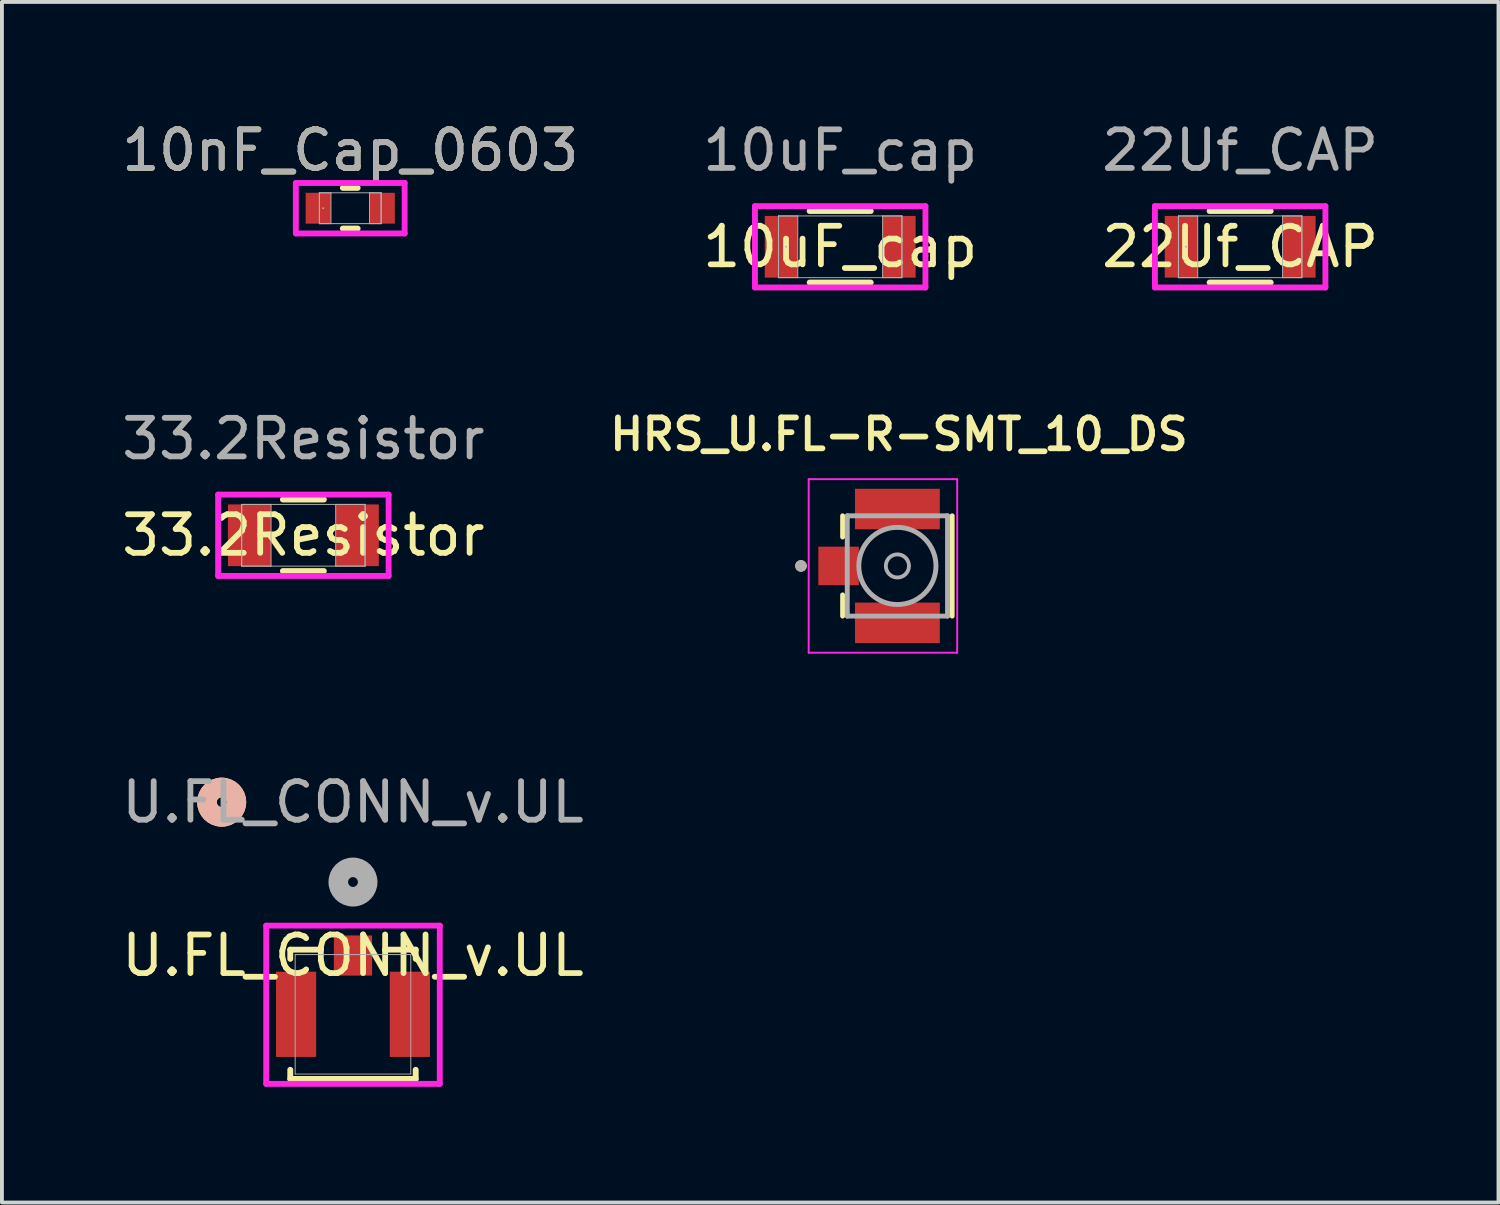
<source format=kicad_pcb>
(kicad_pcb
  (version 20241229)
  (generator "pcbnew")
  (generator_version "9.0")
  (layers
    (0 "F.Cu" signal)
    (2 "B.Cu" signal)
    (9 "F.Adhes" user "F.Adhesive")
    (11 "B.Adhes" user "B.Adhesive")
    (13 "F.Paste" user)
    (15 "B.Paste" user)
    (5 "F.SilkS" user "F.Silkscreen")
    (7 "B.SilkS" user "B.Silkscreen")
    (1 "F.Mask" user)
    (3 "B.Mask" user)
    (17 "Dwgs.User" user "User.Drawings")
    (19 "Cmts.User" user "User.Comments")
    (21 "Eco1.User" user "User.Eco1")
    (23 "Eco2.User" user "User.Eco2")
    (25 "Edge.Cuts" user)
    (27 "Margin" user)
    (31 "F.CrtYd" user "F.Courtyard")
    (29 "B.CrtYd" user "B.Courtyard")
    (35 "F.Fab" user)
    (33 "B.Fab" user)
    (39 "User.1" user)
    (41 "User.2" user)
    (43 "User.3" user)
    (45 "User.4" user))
  (footprint "10uF_cap"
    (layer "F.Cu")
    (at 18.732 3.348)
    (property "Reference" "10uF_cap" (at 0 0 0) (unlocked yes) (layer "F.SilkS") (effects (font (size 1 1) (thickness 0.15))))
    (attr smd)
    (fp_line (start -0.792 0.927) (end 0.792 0.927) (stroke (width 0.152) (type solid)) (layer "F.SilkS"))
    (fp_line (start 0.792 -0.927) (end -0.792 -0.927) (stroke (width 0.152) (type solid)) (layer "F.SilkS"))
    (fp_line (start -2.21 -1.054) (end 2.21 -1.054) (stroke (width 0.152) (type solid)) (layer "F.CrtYd"))
    (fp_line (start -2.21 1.054) (end -2.21 -1.054) (stroke (width 0.152) (type solid)) (layer "F.CrtYd"))
    (fp_line (start 2.21 -1.054) (end 2.21 1.054) (stroke (width 0.152) (type solid)) (layer "F.CrtYd"))
    (fp_line (start 2.21 1.054) (end -2.21 1.054) (stroke (width 0.152) (type solid)) (layer "F.CrtYd"))
    (fp_line (start -1.6 -0.8) (end -1.6 0.8) (stroke (width 0.025) (type solid)) (layer "F.Fab"))
    (fp_line (start -1.6 -0.8) (end -1.6 0.8) (stroke (width 0.025) (type solid)) (layer "F.Fab"))
    (fp_line (start -1.6 0.8) (end -1.1 0.8) (stroke (width 0.025) (type solid)) (layer "F.Fab"))
    (fp_line (start -1.6 0.8) (end 1.6 0.8) (stroke (width 0.025) (type solid)) (layer "F.Fab"))
    (fp_line (start -1.1 -0.8) (end -1.6 -0.8) (stroke (width 0.025) (type solid)) (layer "F.Fab"))
    (fp_line (start -1.1 0.8) (end -1.1 -0.8) (stroke (width 0.025) (type solid)) (layer "F.Fab"))
    (fp_line (start 1.1 -0.8) (end 1.1 0.8) (stroke (width 0.025) (type solid)) (layer "F.Fab"))
    (fp_line (start 1.1 0.8) (end 1.6 0.8) (stroke (width 0.025) (type solid)) (layer "F.Fab"))
    (fp_line (start 1.6 -0.8) (end -1.6 -0.8) (stroke (width 0.025) (type solid)) (layer "F.Fab"))
    (fp_line (start 1.6 -0.8) (end 1.1 -0.8) (stroke (width 0.025) (type solid)) (layer "F.Fab"))
    (fp_line (start 1.6 0.8) (end 1.6 -0.8) (stroke (width 0.025) (type solid)) (layer "F.Fab"))
    (fp_line (start 1.6 0.8) (end 1.6 -0.8) (stroke (width 0.025) (type solid)) (layer "F.Fab"))
    (fp_circle (center -1.401 0) (end -1.401 0) (stroke (width 0.025) (type solid)) (fill no) (layer "F.Fab"))
    (fp_text user "${REFERENCE}" (at 0 -2.5 0) (unlocked yes) (layer "F.Fab") (effects (font (size 1 1) (thickness 0.15))))
    (pad "1" smd rect (at -1.528 0) (size 0.856 1.6) (layers "F.Cu" "F.Mask" "F.Paste"))
    (pad "2" smd rect (at 1.528 0) (size 0.856 1.6) (layers "F.Cu" "F.Mask" "F.Paste"))
    (zone (net_name "") (layer "F.Cu") (hatch full 0.508) (connect_pads) (min_thickness 0.254) (filled_areas_thickness no) (keepout (tracks not_allowed) (vias not_allowed) (pads allowed) (copperpour not_allowed) (footprints allowed)) (placement (enabled no)) (fill) (polygon (pts (xy 17.683 2.599) (xy 19.781 2.599) (xy 19.781 4.097) (xy 17.683 4.097)))))
  (footprint "10nF_Cap_0603"
    (layer "F.Cu")
    (at 6.03 2.348)
    (property "Reference" "10nF_Cap_0603" (at 0 -1.5 0) (unlocked yes) (layer "F.SilkS") (effects (font (size 1 1) (thickness 0.15))))
    (attr smd)
    (fp_line (start -0.192 0.527) (end 0.192 0.527) (stroke (width 0.152) (type solid)) (layer "F.SilkS"))
    (fp_line (start 0.192 -0.527) (end -0.192 -0.527) (stroke (width 0.152) (type solid)) (layer "F.SilkS"))
    (fp_line (start -1.41 -0.654) (end 1.41 -0.654) (stroke (width 0.152) (type solid)) (layer "F.CrtYd"))
    (fp_line (start -1.41 0.654) (end -1.41 -0.654) (stroke (width 0.152) (type solid)) (layer "F.CrtYd"))
    (fp_line (start 1.41 -0.654) (end 1.41 0.654) (stroke (width 0.152) (type solid)) (layer "F.CrtYd"))
    (fp_line (start 1.41 0.654) (end -1.41 0.654) (stroke (width 0.152) (type solid)) (layer "F.CrtYd"))
    (fp_line (start -0.8 -0.4) (end -0.8 0.4) (stroke (width 0.025) (type solid)) (layer "F.Fab"))
    (fp_line (start -0.8 -0.4) (end -0.8 0.4) (stroke (width 0.025) (type solid)) (layer "F.Fab"))
    (fp_line (start -0.8 0.4) (end -0.5 0.4) (stroke (width 0.025) (type solid)) (layer "F.Fab"))
    (fp_line (start -0.8 0.4) (end 0.8 0.4) (stroke (width 0.025) (type solid)) (layer "F.Fab"))
    (fp_line (start -0.5 -0.4) (end -0.8 -0.4) (stroke (width 0.025) (type solid)) (layer "F.Fab"))
    (fp_line (start -0.5 0.4) (end -0.5 -0.4) (stroke (width 0.025) (type solid)) (layer "F.Fab"))
    (fp_line (start 0.5 -0.4) (end 0.5 0.4) (stroke (width 0.025) (type solid)) (layer "F.Fab"))
    (fp_line (start 0.5 0.4) (end 0.8 0.4) (stroke (width 0.025) (type solid)) (layer "F.Fab"))
    (fp_line (start 0.8 -0.4) (end -0.8 -0.4) (stroke (width 0.025) (type solid)) (layer "F.Fab"))
    (fp_line (start 0.8 -0.4) (end 0.5 -0.4) (stroke (width 0.025) (type solid)) (layer "F.Fab"))
    (fp_line (start 0.8 0.4) (end 0.8 -0.4) (stroke (width 0.025) (type solid)) (layer "F.Fab"))
    (fp_line (start 0.8 0.4) (end 0.8 -0.4) (stroke (width 0.025) (type solid)) (layer "F.Fab"))
    (fp_circle (center -0.701 0) (end -0.701 0) (stroke (width 0.025) (type solid)) (fill no) (layer "F.Fab"))
    (fp_text user "${REFERENCE}" (at 0 -1.5 0) (unlocked yes) (layer "F.Fab") (effects (font (size 1 1) (thickness 0.15))))
    (pad "1" smd rect (at -0.828 0) (size 0.656 0.8) (layers "F.Cu" "F.Mask" "F.Paste"))
    (pad "2" smd rect (at 0.828 0) (size 0.656 0.8) (layers "F.Cu" "F.Mask" "F.Paste"))
    (zone (net_name "") (layer "F.Cu") (hatch full 0.508) (connect_pads) (min_thickness 0.254) (filled_areas_thickness no) (keepout (tracks not_allowed) (vias not_allowed) (pads allowed) (copperpour not_allowed) (footprints allowed)) (placement (enabled no)) (fill) (polygon (pts (xy 5.581 1.999) (xy 6.479 1.999) (xy 6.479 2.697) (xy 5.581 2.697)))))
  (footprint "33.2Resistor"
    (layer "F.Cu")
    (at 4.815 10.827)
    (property "Reference" "33.2Resistor" (at 0 0 0) (unlocked yes) (layer "F.SilkS") (effects (font (size 1 1) (thickness 0.15))))
    (attr smd)
    (fp_line (start -0.531 0.927) (end 0.531 0.927) (stroke (width 0.152) (type solid)) (layer "F.SilkS"))
    (fp_line (start 0.531 -0.927) (end -0.531 -0.927) (stroke (width 0.152) (type solid)) (layer "F.SilkS"))
    (fp_line (start -2.21 -1.054) (end 2.21 -1.054) (stroke (width 0.152) (type solid)) (layer "F.CrtYd"))
    (fp_line (start -2.21 1.054) (end -2.21 -1.054) (stroke (width 0.152) (type solid)) (layer "F.CrtYd"))
    (fp_line (start 2.21 -1.054) (end 2.21 1.054) (stroke (width 0.152) (type solid)) (layer "F.CrtYd"))
    (fp_line (start 2.21 1.054) (end -2.21 1.054) (stroke (width 0.152) (type solid)) (layer "F.CrtYd"))
    (fp_line (start -1.6 -0.8) (end -1.6 0.8) (stroke (width 0.025) (type solid)) (layer "F.Fab"))
    (fp_line (start -1.6 -0.8) (end -1.6 0.8) (stroke (width 0.025) (type solid)) (layer "F.Fab"))
    (fp_line (start -1.6 0.8) (end -0.838 0.8) (stroke (width 0.025) (type solid)) (layer "F.Fab"))
    (fp_line (start -1.6 0.8) (end 1.6 0.8) (stroke (width 0.025) (type solid)) (layer "F.Fab"))
    (fp_line (start -0.838 -0.8) (end -1.6 -0.8) (stroke (width 0.025) (type solid)) (layer "F.Fab"))
    (fp_line (start -0.838 0.8) (end -0.838 -0.8) (stroke (width 0.025) (type solid)) (layer "F.Fab"))
    (fp_line (start 0.838 -0.8) (end 0.838 0.8) (stroke (width 0.025) (type solid)) (layer "F.Fab"))
    (fp_line (start 0.838 0.8) (end 1.6 0.8) (stroke (width 0.025) (type solid)) (layer "F.Fab"))
    (fp_line (start 1.6 -0.8) (end -1.6 -0.8) (stroke (width 0.025) (type solid)) (layer "F.Fab"))
    (fp_line (start 1.6 -0.8) (end 0.838 -0.8) (stroke (width 0.025) (type solid)) (layer "F.Fab"))
    (fp_line (start 1.6 0.8) (end 1.6 -0.8) (stroke (width 0.025) (type solid)) (layer "F.Fab"))
    (fp_line (start 1.6 0.8) (end 1.6 -0.8) (stroke (width 0.025) (type solid)) (layer "F.Fab"))
    (fp_text user "${REFERENCE}" (at 0 -2.5 0) (unlocked yes) (layer "F.Fab") (effects (font (size 1 1) (thickness 0.15))))
    (pad "1" smd rect (at -1.397 0) (size 1.118 1.6) (layers "F.Cu" "F.Mask" "F.Paste"))
    (pad "2" smd rect (at 1.397 0) (size 1.118 1.6) (layers "F.Cu" "F.Mask" "F.Paste"))
    (zone (net_name "") (layer "F.Cu") (hatch full 0.508) (connect_pads) (min_thickness 0.254) (filled_areas_thickness no) (keepout (tracks not_allowed) (vias not_allowed) (pads allowed) (copperpour not_allowed) (footprints allowed)) (placement (enabled no)) (fill) (polygon (pts (xy 4.028 10.077) (xy 5.603 10.077) (xy 5.603 11.576) (xy 4.028 11.576)))))
  (footprint "22Uf_CAP"
    (layer "F.Cu")
    (at 29.101 3.348)
    (property "Reference" "22Uf_CAP" (at 0 0 0) (unlocked yes) (layer "F.SilkS") (effects (font (size 1 1) (thickness 0.15))))
    (attr smd)
    (fp_line (start -0.792 0.927) (end 0.792 0.927) (stroke (width 0.152) (type solid)) (layer "F.SilkS"))
    (fp_line (start 0.792 -0.927) (end -0.792 -0.927) (stroke (width 0.152) (type solid)) (layer "F.SilkS"))
    (fp_line (start -2.21 -1.054) (end 2.21 -1.054) (stroke (width 0.152) (type solid)) (layer "F.CrtYd"))
    (fp_line (start -2.21 1.054) (end -2.21 -1.054) (stroke (width 0.152) (type solid)) (layer "F.CrtYd"))
    (fp_line (start 2.21 -1.054) (end 2.21 1.054) (stroke (width 0.152) (type solid)) (layer "F.CrtYd"))
    (fp_line (start 2.21 1.054) (end -2.21 1.054) (stroke (width 0.152) (type solid)) (layer "F.CrtYd"))
    (fp_line (start -1.6 -0.8) (end -1.6 0.8) (stroke (width 0.025) (type solid)) (layer "F.Fab"))
    (fp_line (start -1.6 -0.8) (end -1.6 0.8) (stroke (width 0.025) (type solid)) (layer "F.Fab"))
    (fp_line (start -1.6 0.8) (end -1.1 0.8) (stroke (width 0.025) (type solid)) (layer "F.Fab"))
    (fp_line (start -1.6 0.8) (end 1.6 0.8) (stroke (width 0.025) (type solid)) (layer "F.Fab"))
    (fp_line (start -1.1 -0.8) (end -1.6 -0.8) (stroke (width 0.025) (type solid)) (layer "F.Fab"))
    (fp_line (start -1.1 0.8) (end -1.1 -0.8) (stroke (width 0.025) (type solid)) (layer "F.Fab"))
    (fp_line (start 1.1 -0.8) (end 1.1 0.8) (stroke (width 0.025) (type solid)) (layer "F.Fab"))
    (fp_line (start 1.1 0.8) (end 1.6 0.8) (stroke (width 0.025) (type solid)) (layer "F.Fab"))
    (fp_line (start 1.6 -0.8) (end -1.6 -0.8) (stroke (width 0.025) (type solid)) (layer "F.Fab"))
    (fp_line (start 1.6 -0.8) (end 1.1 -0.8) (stroke (width 0.025) (type solid)) (layer "F.Fab"))
    (fp_line (start 1.6 0.8) (end 1.6 -0.8) (stroke (width 0.025) (type solid)) (layer "F.Fab"))
    (fp_line (start 1.6 0.8) (end 1.6 -0.8) (stroke (width 0.025) (type solid)) (layer "F.Fab"))
    (fp_circle (center -1.401 0) (end -1.401 0) (stroke (width 0.025) (type solid)) (fill no) (layer "F.Fab"))
    (fp_text user "${REFERENCE}" (at 0 -2.5 0) (unlocked yes) (layer "F.Fab") (effects (font (size 1 1) (thickness 0.15))))
    (pad "1" smd rect (at -1.528 0) (size 0.856 1.6) (layers "F.Cu" "F.Mask" "F.Paste"))
    (pad "2" smd rect (at 1.528 0) (size 0.856 1.6) (layers "F.Cu" "F.Mask" "F.Paste"))
    (zone (net_name "") (layer "F.Cu") (hatch full 0.508) (connect_pads) (min_thickness 0.254) (filled_areas_thickness no) (keepout (tracks not_allowed) (vias not_allowed) (pads allowed) (copperpour not_allowed) (footprints allowed)) (placement (enabled no)) (fill) (polygon (pts (xy 28.052 2.599) (xy 30.15 2.599) (xy 30.15 4.097) (xy 28.052 4.097)))))
  (footprint "HRS_U.FL-R-SMT_10_DS"
    (layer "F.Cu")
    (at 20.215 11.622)
    (property "Reference" "HRS_U.FL-R-SMT_10_DS" (at 0.04 -3.412 0) (layer "F.SilkS") (effects (font (size 0.801 0.801) (thickness 0.15))))
    (attr smd)
    (fp_line (start -1.42 -1.3) (end -1.42 -0.75) (stroke (width 0.127) (type solid)) (layer "F.SilkS"))
    (fp_line (start -1.42 0.75) (end -1.42 1.3) (stroke (width 0.127) (type solid)) (layer "F.SilkS"))
    (fp_line (start 1.42 -1.3) (end 1.42 1.3) (stroke (width 0.127) (type solid)) (layer "F.SilkS"))
    (fp_circle (center -2.5 0) (end -2.425 0) (stroke (width 0.15) (type solid)) (fill no) (layer "F.SilkS"))
    (fp_line (start -2.3 -2.25) (end 1.55 -2.25) (stroke (width 0.05) (type solid)) (layer "F.CrtYd"))
    (fp_line (start -2.3 2.25) (end -2.3 -2.25) (stroke (width 0.05) (type solid)) (layer "F.CrtYd"))
    (fp_line (start 1.55 -2.25) (end 1.55 2.25) (stroke (width 0.05) (type solid)) (layer "F.CrtYd"))
    (fp_line (start 1.55 2.25) (end -2.3 2.25) (stroke (width 0.05) (type solid)) (layer "F.CrtYd"))
    (fp_line (start -1.3 -1.3) (end -1.3 1.3) (stroke (width 0.127) (type solid)) (layer "F.Fab"))
    (fp_line (start 1.3 -1.3) (end -1.3 -1.3) (stroke (width 0.127) (type solid)) (layer "F.Fab"))
    (fp_line (start 1.3 -1.3) (end 1.3 1.3) (stroke (width 0.127) (type solid)) (layer "F.Fab"))
    (fp_line (start 1.3 1.3) (end -1.3 1.3) (stroke (width 0.127) (type solid)) (layer "F.Fab"))
    (fp_circle (center -2.5 0) (end -2.425 0) (stroke (width 0.15) (type solid)) (fill no) (layer "F.Fab"))
    (fp_circle (center 0 0) (end 0.3 0) (stroke (width 0.1) (type solid)) (fill no) (layer "F.Fab"))
    (fp_circle (center 0 0) (end 1 0) (stroke (width 0.127) (type solid)) (fill no) (layer "F.Fab"))
    (pad "1" smd rect (at -1.525 0) (size 1.05 1) (layers "F.Cu" "F.Mask" "F.Paste"))
    (pad "2" smd rect (at 0 -1.475) (size 2.2 1.05) (layers "F.Cu" "F.Mask" "F.Paste"))
    (pad "3" smd rect (at 0 1.475) (size 2.2 1.05) (layers "F.Cu" "F.Mask" "F.Paste"))
    (zone (net_name "") (layer "F.Cu") (hatch full 0.508) (connect_pads) (min_thickness 0.01) (filled_areas_thickness no) (keepout (tracks not_allowed) (vias not_allowed) (pads not_allowed) (copperpour not_allowed) (footprints allowed)) (placement (enabled no)) (fill) (polygon (pts (xy 19.215 10.672) (xy 21.515 10.672) (xy 21.515 12.572) (xy 19.215 12.572))))
    (zone (net_name "") (layers "F.Cu" "B.Cu") (hatch full 0.508) (connect_pads) (min_thickness 0.01) (filled_areas_thickness no) (keepout (tracks allowed) (vias not_allowed) (pads allowed) (copperpour allowed) (footprints allowed)) (placement (enabled no)) (fill) (polygon (pts (xy 19.215 10.672) (xy 21.515 10.672) (xy 21.515 12.572) (xy 19.215 12.572)))))
  (footprint "U.FL_CONN_v.UL"
    (layer "F.Cu")
    (at 6.101 23.246)
    (property "Reference" "U.FL_CONN_v.UL" (at 0 -1.524 0) (unlocked yes) (layer "F.SilkS") (effects (font (size 1 1) (thickness 0.15))))
    (attr smd)
    (fp_line (start -1.626 -1.676) (end -1.626 -1.437) (stroke (width 0.152) (type solid)) (layer "F.SilkS"))
    (fp_line (start -1.626 1.438) (end -1.626 1.676) (stroke (width 0.152) (type solid)) (layer "F.SilkS"))
    (fp_line (start -1.626 1.676) (end 1.626 1.676) (stroke (width 0.152) (type solid)) (layer "F.SilkS"))
    (fp_line (start -0.828 -1.676) (end -1.626 -1.676) (stroke (width 0.152) (type solid)) (layer "F.SilkS"))
    (fp_line (start 1.626 -1.676) (end 0.828 -1.676) (stroke (width 0.152) (type solid)) (layer "F.SilkS"))
    (fp_line (start 1.626 -1.437) (end 1.626 -1.676) (stroke (width 0.152) (type solid)) (layer "F.SilkS"))
    (fp_line (start 1.626 1.676) (end 1.626 1.438) (stroke (width 0.152) (type solid)) (layer "F.SilkS"))
    (fp_circle (center -3.404 -5.5) (end -3.023 -5.5) (stroke (width 0.508) (type solid)) (fill no) (layer "F.SilkS"))
    (fp_circle (center -3.404 -5.5) (end -3.023 -5.5) (stroke (width 0.508) (type solid)) (fill no) (layer "B.SilkS"))
    (fp_line (start -2.25 -2.299) (end -2.25 1.803) (stroke (width 0.152) (type solid)) (layer "F.CrtYd"))
    (fp_line (start -2.25 1.803) (end 2.25 1.803) (stroke (width 0.152) (type solid)) (layer "F.CrtYd"))
    (fp_line (start 2.25 -2.299) (end -2.25 -2.299) (stroke (width 0.152) (type solid)) (layer "F.CrtYd"))
    (fp_line (start 2.25 1.803) (end 2.25 -2.299) (stroke (width 0.152) (type solid)) (layer "F.CrtYd"))
    (fp_line (start -1.499 -1.549) (end -1.499 1.549) (stroke (width 0.025) (type solid)) (layer "F.Fab"))
    (fp_line (start -1.499 1.549) (end 1.499 1.549) (stroke (width 0.025) (type solid)) (layer "F.Fab"))
    (fp_line (start 1.499 -1.549) (end -1.499 -1.549) (stroke (width 0.025) (type solid)) (layer "F.Fab"))
    (fp_line (start 1.499 1.549) (end 1.499 -1.549) (stroke (width 0.025) (type solid)) (layer "F.Fab"))
    (fp_circle (center 0 -3.429) (end 0.381 -3.429) (stroke (width 0.508) (type solid)) (fill no) (layer "F.Fab"))
    (fp_text user "${REFERENCE}" (at 0 -5.5 0) (unlocked yes) (layer "F.Fab") (effects (font (size 1 1) (thickness 0.15))))
    (pad "1" smd rect (at 0 -1.524) (size 0.991 1.041) (layers "F.Cu" "F.Mask" "F.Paste"))
    (pad "2" smd rect (at -1.475 0) (size 1.041 2.21) (layers "F.Cu" "F.Mask" "F.Paste"))
    (pad "3" smd rect (at 1.475 0) (size 1.041 2.21) (layers "F.Cu" "F.Mask" "F.Paste")))
  (gr_rect
    (start -3 -3)
    (end 35.798 28.125)
    (stroke (width 0.1) (type default))
    (fill no)
    (layer "Edge.Cuts")))
</source>
